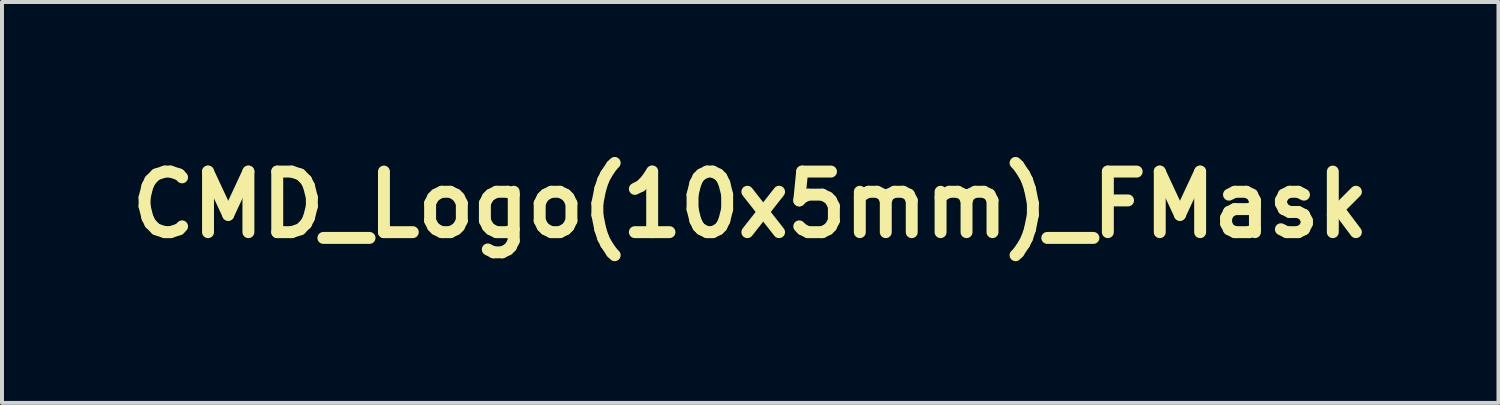
<source format=kicad_pcb>
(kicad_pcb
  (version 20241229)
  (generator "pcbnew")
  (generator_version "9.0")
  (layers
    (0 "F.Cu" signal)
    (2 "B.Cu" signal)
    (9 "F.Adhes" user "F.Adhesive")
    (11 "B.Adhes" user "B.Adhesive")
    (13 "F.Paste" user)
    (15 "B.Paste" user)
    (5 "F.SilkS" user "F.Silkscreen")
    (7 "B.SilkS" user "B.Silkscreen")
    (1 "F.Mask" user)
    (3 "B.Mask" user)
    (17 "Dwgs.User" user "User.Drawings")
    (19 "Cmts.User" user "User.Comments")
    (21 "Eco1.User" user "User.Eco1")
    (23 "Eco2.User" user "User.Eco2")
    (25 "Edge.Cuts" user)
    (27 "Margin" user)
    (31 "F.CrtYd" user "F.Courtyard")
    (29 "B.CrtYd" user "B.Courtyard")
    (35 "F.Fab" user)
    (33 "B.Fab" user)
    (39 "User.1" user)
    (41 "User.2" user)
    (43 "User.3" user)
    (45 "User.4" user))
  (footprint "CMD_Logo(10x5mm)_FMask"
    (layer "F.Cu")
    (at 15.828 2.102)
    (property "Reference" "CMD_Logo(10x5mm)_FMask" (at 0 0 0) (layer "F.SilkS") (effects (font (size 1.524 1.524) (thickness 0.3))))
    (attr through_hole)
    (fp_poly (pts (xy 3.507 -0.276) (xy 3.539 -0.276) (xy 3.567 -0.276) (xy 3.593 -0.276) (xy 3.615 -0.276) (xy 3.634 -0.276) (xy 3.65 -0.276) (xy 3.664 -0.275) (xy 3.675 -0.275) (xy 3.684 -0.275) (xy 3.692 -0.275) (xy 3.698 -0.274) (xy 3.702 -0.274) (xy 3.705 -0.273) (xy 3.708 -0.273) (xy 3.709 -0.272) (xy 3.71 -0.272) (xy 3.711 -0.271) (xy 3.711 -0.271) (xy 3.712 -0.27) (xy 3.713 -0.268) (xy 3.714 -0.266) (xy 3.715 -0.263) (xy 3.715 -0.258) (xy 3.716 -0.251) (xy 3.716 -0.242) (xy 3.716 -0.23) (xy 3.717 -0.215) (xy 3.717 -0.197) (xy 3.717 -0.175) (xy 3.717 -0.149) (xy 3.717 -0.118) (xy 3.717 -0.082) (xy 3.717 -0.058) (xy 3.717 -0.019) (xy 3.717 0.015) (xy 3.717 0.044) (xy 3.717 0.069) (xy 3.717 0.089) (xy 3.716 0.106) (xy 3.716 0.12) (xy 3.716 0.13) (xy 3.715 0.138) (xy 3.715 0.144) (xy 3.714 0.148) (xy 3.714 0.151) (xy 3.713 0.153) (xy 3.712 0.155) (xy 3.711 0.155) (xy 3.711 0.156) (xy 3.71 0.156) (xy 3.708 0.157) (xy 3.706 0.157) (xy 3.703 0.158) (xy 3.7 0.158) (xy 3.694 0.159) (xy 3.687 0.159) (xy 3.679 0.159) (xy 3.668 0.16) (xy 3.655 0.16) (xy 3.64 0.16) (xy 3.622 0.16) (xy 3.601 0.16) (xy 3.578 0.16) (xy 3.55 0.161) (xy 3.52 0.161) (xy 3.485 0.161) (xy 3.446 0.161) (xy 3.404 0.161) (xy 3.356 0.161) (xy 3.304 0.161) (xy 3.248 0.161) (xy 3.186 0.161) (xy 3.118 0.161) (xy 3.024 0.161) (xy 2.96 0.161) (xy 2.902 0.161) (xy 2.848 0.161) (xy 2.799 0.161) (xy 2.755 0.161) (xy 2.715 0.161) (xy 2.679 0.161) (xy 2.647 0.161) (xy 2.618 0.161) (xy 2.593 0.16) (xy 2.571 0.16) (xy 2.552 0.16) (xy 2.536 0.16) (xy 2.522 0.16) (xy 2.511 0.159) (xy 2.502 0.159) (xy 2.494 0.159) (xy 2.489 0.158) (xy 2.484 0.158) (xy 2.481 0.158) (xy 2.479 0.157) (xy 2.477 0.157) (xy 2.476 0.156) (xy 2.475 0.155) (xy 2.475 0.155) (xy 2.474 0.154) (xy 2.473 0.153) (xy 2.472 0.15) (xy 2.472 0.147) (xy 2.471 0.142) (xy 2.471 0.135) (xy 2.47 0.126) (xy 2.47 0.114) (xy 2.47 0.099) (xy 2.47 0.081) (xy 2.47 0.059) (xy 2.469 0.032) (xy 2.469 0.001) (xy 2.469 -0.035) (xy 2.469 -0.057) (xy 2.469 -0.097) (xy 2.47 -0.132) (xy 2.47 -0.162) (xy 2.47 -0.187) (xy 2.47 -0.208) (xy 2.47 -0.225) (xy 2.47 -0.239) (xy 2.471 -0.25) (xy 2.471 -0.258) (xy 2.472 -0.264) (xy 2.473 -0.267) (xy 2.473 -0.269) (xy 2.473 -0.27) (xy 2.474 -0.27) (xy 2.475 -0.271) (xy 2.476 -0.271) (xy 2.478 -0.272) (xy 2.481 -0.272) (xy 2.485 -0.273) (xy 2.491 -0.273) (xy 2.498 -0.273) (xy 2.507 -0.274) (xy 2.518 -0.274) (xy 2.531 -0.274) (xy 2.547 -0.274) (xy 2.566 -0.275) (xy 2.587 -0.275) (xy 2.612 -0.275) (xy 2.64 -0.275) (xy 2.672 -0.275) (xy 2.707 -0.275) (xy 2.747 -0.275) (xy 2.791 -0.275) (xy 2.839 -0.276) (xy 2.892 -0.276) (xy 2.95 -0.276) (xy 3.013 -0.276) (xy 3.082 -0.276) (xy 3.091 -0.276) (xy 3.161 -0.276) (xy 3.225 -0.276) (xy 3.283 -0.276) (xy 3.337 -0.276) (xy 3.386 -0.276) (xy 3.431 -0.276) (xy 3.471 -0.276) (xy 3.507 -0.276)) (stroke (width 0.01) (type solid)) (fill yes) (layer "F.Mask"))
    (fp_poly (pts (xy -2.938 -0.68) (xy -2.904 -0.68) (xy -2.874 -0.68) (xy -2.849 -0.68) (xy -2.828 -0.68) (xy -2.811 -0.68) (xy -2.798 -0.679) (xy -2.787 -0.679) (xy -2.778 -0.679) (xy -2.772 -0.678) (xy -2.768 -0.678) (xy -2.765 -0.677) (xy -2.763 -0.676) (xy -2.762 -0.675) (xy -2.762 -0.675) (xy -2.761 -0.674) (xy -2.76 -0.671) (xy -2.76 -0.668) (xy -2.759 -0.663) (xy -2.759 -0.655) (xy -2.758 -0.646) (xy -2.758 -0.633) (xy -2.758 -0.618) (xy -2.758 -0.598) (xy -2.757 -0.575) (xy -2.757 -0.547) (xy -2.757 -0.514) (xy -2.757 -0.476) (xy -2.757 -0.277) (xy -2.365 -0.277) (xy -2.351 -0.263) (xy -2.351 -0.057) (xy -2.351 -0.018) (xy -2.351 0.016) (xy -2.351 0.044) (xy -2.351 0.069) (xy -2.351 0.089) (xy -2.351 0.106) (xy -2.352 0.119) (xy -2.352 0.13) (xy -2.352 0.138) (xy -2.353 0.144) (xy -2.353 0.148) (xy -2.354 0.151) (xy -2.355 0.153) (xy -2.356 0.154) (xy -2.357 0.155) (xy -2.362 0.161) (xy -2.757 0.161) (xy -2.757 0.358) (xy -2.757 0.391) (xy -2.757 0.422) (xy -2.758 0.451) (xy -2.758 0.478) (xy -2.758 0.501) (xy -2.758 0.521) (xy -2.759 0.538) (xy -2.759 0.549) (xy -2.759 0.556) (xy -2.76 0.558) (xy -2.764 0.561) (xy -2.77 0.564) (xy -2.774 0.565) (xy -2.783 0.565) (xy -2.797 0.566) (xy -2.815 0.566) (xy -2.836 0.566) (xy -2.86 0.567) (xy -2.886 0.567) (xy -2.914 0.567) (xy -2.943 0.567) (xy -2.973 0.567) (xy -3.003 0.567) (xy -3.033 0.567) (xy -3.061 0.567) (xy -3.088 0.567) (xy -3.113 0.567) (xy -3.135 0.566) (xy -3.154 0.566) (xy -3.169 0.565) (xy -3.179 0.565) (xy -3.185 0.565) (xy -3.186 0.564) (xy -3.191 0.56) (xy -3.195 0.554) (xy -3.195 0.55) (xy -3.196 0.54) (xy -3.196 0.525) (xy -3.197 0.506) (xy -3.197 0.481) (xy -3.197 0.452) (xy -3.197 0.419) (xy -3.198 0.382) (xy -3.198 0.354) (xy -3.198 0.161) (xy -3.392 0.161) (xy -3.43 0.161) (xy -3.463 0.161) (xy -3.491 0.161) (xy -3.515 0.161) (xy -3.534 0.16) (xy -3.55 0.16) (xy -3.563 0.16) (xy -3.573 0.159) (xy -3.58 0.159) (xy -3.585 0.158) (xy -3.589 0.158) (xy -3.591 0.157) (xy -3.592 0.156) (xy -3.598 0.152) (xy -3.598 -0.058) (xy -3.598 -0.097) (xy -3.598 -0.132) (xy -3.598 -0.161) (xy -3.598 -0.186) (xy -3.598 -0.207) (xy -3.598 -0.224) (xy -3.598 -0.238) (xy -3.597 -0.248) (xy -3.597 -0.257) (xy -3.596 -0.263) (xy -3.596 -0.267) (xy -3.595 -0.269) (xy -3.594 -0.271) (xy -3.594 -0.271) (xy -3.592 -0.272) (xy -3.588 -0.273) (xy -3.583 -0.273) (xy -3.574 -0.274) (xy -3.563 -0.274) (xy -3.549 -0.275) (xy -3.531 -0.275) (xy -3.509 -0.275) (xy -3.482 -0.275) (xy -3.451 -0.276) (xy -3.415 -0.276) (xy -3.393 -0.276) (xy -3.198 -0.277) (xy -3.197 -0.474) (xy -3.197 -0.513) (xy -3.197 -0.547) (xy -3.196 -0.576) (xy -3.196 -0.6) (xy -3.196 -0.621) (xy -3.195 -0.637) (xy -3.195 -0.65) (xy -3.195 -0.66) (xy -3.194 -0.667) (xy -3.193 -0.672) (xy -3.193 -0.675) (xy -3.192 -0.675) (xy -3.191 -0.676) (xy -3.189 -0.677) (xy -3.186 -0.678) (xy -3.181 -0.678) (xy -3.174 -0.679) (xy -3.165 -0.679) (xy -3.153 -0.679) (xy -3.138 -0.68) (xy -3.12 -0.68) (xy -3.097 -0.68) (xy -3.07 -0.68) (xy -3.039 -0.68) (xy -3.002 -0.68) (xy -2.978 -0.68) (xy -2.938 -0.68)) (stroke (width 0.01) (type solid)) (fill yes) (layer "F.Mask"))
    (fp_poly (pts (xy -1.963 -2.095) (xy -1.958 -2.09) (xy -1.95 -2.082) (xy -1.939 -2.072) (xy -1.924 -2.058) (xy -1.906 -2.04) (xy -1.886 -2.02) (xy -1.861 -1.996) (xy -1.834 -1.969) (xy -1.803 -1.939) (xy -1.769 -1.905) (xy -1.731 -1.867) (xy -1.69 -1.827) (xy -1.646 -1.782) (xy -1.597 -1.734) (xy -1.546 -1.683) (xy -1.49 -1.628) (xy -1.431 -1.569) (xy -1.368 -1.506) (xy -1.302 -1.44) (xy -1.231 -1.37) (xy -1.157 -1.296) (xy -1.079 -1.218) (xy -0.997 -1.136) (xy -0.95 -1.089) (xy 0.058 -0.082) (xy 1.064 -1.088) (xy 1.127 -1.151) (xy 1.19 -1.214) (xy 1.251 -1.275) (xy 1.311 -1.335) (xy 1.369 -1.393) (xy 1.426 -1.45) (xy 1.482 -1.505) (xy 1.536 -1.559) (xy 1.588 -1.611) (xy 1.638 -1.661) (xy 1.686 -1.709) (xy 1.731 -1.754) (xy 1.775 -1.798) (xy 1.816 -1.839) (xy 1.855 -1.877) (xy 1.89 -1.913) (xy 1.923 -1.945) (xy 1.954 -1.975) (xy 1.981 -2.002) (xy 2.005 -2.026) (xy 2.026 -2.047) (xy 2.043 -2.064) (xy 2.057 -2.077) (xy 2.067 -2.087) (xy 2.074 -2.093) (xy 2.076 -2.096) (xy 2.076 -2.096) (xy 2.084 -2.096) (xy 2.09 -2.093) (xy 2.097 -2.088) (xy 2.097 1.972) (xy 2.091 1.977) (xy 2.089 1.977) (xy 2.087 1.978) (xy 2.084 1.978) (xy 2.079 1.979) (xy 2.073 1.979) (xy 2.065 1.979) (xy 2.055 1.98) (xy 2.042 1.98) (xy 2.027 1.98) (xy 2.009 1.98) (xy 1.988 1.981) (xy 1.963 1.981) (xy 1.935 1.981) (xy 1.904 1.981) (xy 1.868 1.981) (xy 1.828 1.981) (xy 1.783 1.981) (xy 1.734 1.981) (xy 1.68 1.981) (xy 1.62 1.981) (xy 1.573 1.981) (xy 1.51 1.981) (xy 1.451 1.981) (xy 1.399 1.981) (xy 1.351 1.981) (xy 1.307 1.981) (xy 1.269 1.981) (xy 1.234 1.981) (xy 1.203 1.981) (xy 1.176 1.981) (xy 1.153 1.981) (xy 1.133 1.98) (xy 1.116 1.98) (xy 1.101 1.98) (xy 1.089 1.98) (xy 1.08 1.979) (xy 1.072 1.979) (xy 1.067 1.979) (xy 1.062 1.978) (xy 1.06 1.978) (xy 1.058 1.977) (xy 1.057 1.977) (xy 1.054 1.972) (xy 1.053 1.969) (xy 1.053 1.966) (xy 1.053 1.957) (xy 1.053 1.944) (xy 1.053 1.925) (xy 1.053 1.806) (xy 1.053 1.765) (xy 1.053 1.722) (xy 1.053 1.675) (xy 1.053 1.625) (xy 1.053 1.572) (xy 1.053 1.516) (xy 1.053 1.458) (xy 1.053 1.397) (xy 1.053 1.335) (xy 1.053 1.27) (xy 1.053 1.205) (xy 1.053 1.177) (xy 1.053 0.388) (xy 0.56 0.881) (xy 0.505 0.936) (xy 0.454 0.986) (xy 0.408 1.033) (xy 0.364 1.076) (xy 0.325 1.116) (xy 0.288 1.152) (xy 0.255 1.185) (xy 0.225 1.215) (xy 0.198 1.242) (xy 0.174 1.266) (xy 0.152 1.287) (xy 0.133 1.306) (xy 0.117 1.322) (xy 0.103 1.335) (xy 0.091 1.347) (xy 0.081 1.356) (xy 0.073 1.363) (xy 0.067 1.369) (xy 0.063 1.372) (xy 0.06 1.374) (xy 0.059 1.374) (xy 0.059 1.374) (xy 0.058 1.374) (xy 0.057 1.374) (xy 0.055 1.373) (xy 0.054 1.372) (xy 0.051 1.369) (xy 0.048 1.367) (xy 0.044 1.363) (xy 0.039 1.358) (xy 0.033 1.353) (xy 0.025 1.346) (xy 0.017 1.337) (xy 0.006 1.327) (xy -0.005 1.316) (xy -0.019 1.303) (xy -0.034 1.288) (xy -0.051 1.271) (xy -0.071 1.252) (xy -0.092 1.23) (xy -0.116 1.207) (xy -0.142 1.18) (xy -0.171 1.152) (xy -0.203 1.12) (xy -0.237 1.086) (xy -0.274 1.049) (xy -0.315 1.009) (xy -0.358 0.965) (xy -0.405 0.919) (xy -0.455 0.869) (xy -0.509 0.815) (xy -0.567 0.758) (xy -0.628 0.696) (xy -0.668 0.656) (xy -0.937 0.388) (xy -0.937 1.18) (xy -0.937 1.259) (xy -0.937 1.333) (xy -0.937 1.401) (xy -0.937 1.465) (xy -0.937 1.523) (xy -0.937 1.577) (xy -0.937 1.626) (xy -0.937 1.672) (xy -0.937 1.713) (xy -0.937 1.75) (xy -0.937 1.783) (xy -0.937 1.813) (xy -0.938 1.84) (xy -0.938 1.863) (xy -0.938 1.884) (xy -0.938 1.902) (xy -0.938 1.917) (xy -0.938 1.93) (xy -0.939 1.941) (xy -0.939 1.95) (xy -0.939 1.958) (xy -0.94 1.964) (xy -0.94 1.968) (xy -0.94 1.971) (xy -0.941 1.973) (xy -0.941 1.975) (xy -0.942 1.976) (xy -0.942 1.977) (xy -0.943 1.977) (xy -0.945 1.978) (xy -0.947 1.978) (xy -0.951 1.979) (xy -0.956 1.979) (xy -0.963 1.979) (xy -0.972 1.98) (xy -0.983 1.98) (xy -0.996 1.98) (xy -1.012 1.98) (xy -1.031 1.981) (xy -1.053 1.981) (xy -1.078 1.981) (xy -1.107 1.981) (xy -1.14 1.981) (xy -1.177 1.981) (xy -1.218 1.981) (xy -1.263 1.981) (xy -1.314 1.981) (xy -1.37 1.981) (xy -1.431 1.981) (xy -1.46 1.981) (xy -1.972 1.981) (xy -1.977 1.975) (xy -1.978 1.975) (xy -1.978 1.974) (xy -1.978 1.973) (xy -1.979 1.972) (xy -1.979 1.97) (xy -1.979 1.967) (xy -1.979 1.963) (xy -1.98 1.959) (xy -1.98 1.953) (xy -1.98 1.946) (xy -1.98 1.938) (xy -1.98 1.929) (xy -1.981 1.918) (xy -1.981 1.905) (xy -1.981 1.89) (xy -1.981 1.874) (xy -1.981 1.855) (xy -1.981 1.835) (xy -1.982 1.812) (xy -1.982 1.786) (xy -1.982 1.758) (xy -1.982 1.728) (xy -1.982 1.694) (xy -1.982 1.658) (xy -1.982 1.619) (xy -1.982 1.576) (xy -1.982 1.531) (xy -1.982 1.482) (xy -1.983 1.429) (xy -1.983 1.373) (xy -1.983 1.313) (xy -1.983 1.249) (xy -1.983 1.181) (xy -1.983 1.109) (xy -1.983 1.033) (xy -1.983 0.952) (xy -1.983 0.867) (xy -1.983 0.778) (xy -1.983 0.683) (xy -1.983 0.584) (xy -1.983 0.48) (xy -1.983 0.371) (xy -1.983 0.256) (xy -1.983 0.136) (xy -1.983 0.011) (xy -1.983 -0.056) (xy -1.984 -2.082) (xy -1.978 -2.09) (xy -1.971 -2.095) (xy -1.965 -2.096) (xy -1.963 -2.095)) (stroke (width 0.01) (type solid)) (fill yes) (layer "F.Mask"))
    (fp_poly (pts (xy 2.892 -2.097) (xy 2.943 -2.097) (xy 2.991 -2.097) (xy 3.036 -2.097) (xy 3.076 -2.096) (xy 3.113 -2.096) (xy 3.146 -2.096) (xy 3.174 -2.095) (xy 3.198 -2.095) (xy 3.216 -2.095) (xy 3.23 -2.094) (xy 3.237 -2.094) (xy 3.339 -2.084) (xy 3.441 -2.069) (xy 3.543 -2.048) (xy 3.643 -2.023) (xy 3.734 -1.995) (xy 3.833 -1.96) (xy 3.928 -1.92) (xy 4.021 -1.876) (xy 4.11 -1.827) (xy 4.198 -1.773) (xy 4.284 -1.714) (xy 4.308 -1.696) (xy 4.345 -1.668) (xy 4.378 -1.642) (xy 4.409 -1.617) (xy 4.438 -1.592) (xy 4.467 -1.566) (xy 4.496 -1.538) (xy 4.514 -1.521) (xy 4.589 -1.444) (xy 4.659 -1.364) (xy 4.725 -1.28) (xy 4.787 -1.194) (xy 4.843 -1.104) (xy 4.895 -1.012) (xy 4.942 -0.918) (xy 4.984 -0.821) (xy 5.021 -0.722) (xy 5.053 -0.621) (xy 5.079 -0.519) (xy 5.1 -0.415) (xy 5.116 -0.31) (xy 5.121 -0.268) (xy 5.124 -0.225) (xy 5.127 -0.179) (xy 5.129 -0.13) (xy 5.13 -0.081) (xy 5.13 -0.031) (xy 5.13 0.017) (xy 5.128 0.062) (xy 5.125 0.104) (xy 5.124 0.12) (xy 5.111 0.228) (xy 5.093 0.334) (xy 5.071 0.436) (xy 5.043 0.537) (xy 5.01 0.635) (xy 4.972 0.732) (xy 4.929 0.827) (xy 4.881 0.92) (xy 4.827 1.012) (xy 4.788 1.074) (xy 4.732 1.154) (xy 4.671 1.232) (xy 4.605 1.308) (xy 4.536 1.381) (xy 4.463 1.451) (xy 4.386 1.517) (xy 4.307 1.579) (xy 4.225 1.637) (xy 4.187 1.662) (xy 4.095 1.717) (xy 4.001 1.767) (xy 3.905 1.812) (xy 3.806 1.852) (xy 3.706 1.887) (xy 3.603 1.916) (xy 3.5 1.94) (xy 3.395 1.958) (xy 3.364 1.963) (xy 3.347 1.965) (xy 3.331 1.967) (xy 3.316 1.969) (xy 3.302 1.971) (xy 3.288 1.972) (xy 3.275 1.973) (xy 3.26 1.974) (xy 3.245 1.975) (xy 3.229 1.976) (xy 3.211 1.977) (xy 3.191 1.978) (xy 3.169 1.978) (xy 3.145 1.979) (xy 3.117 1.979) (xy 3.086 1.979) (xy 3.052 1.98) (xy 3.013 1.98) (xy 2.97 1.98) (xy 2.922 1.98) (xy 2.869 1.98) (xy 2.845 1.98) (xy 2.792 1.981) (xy 2.744 1.981) (xy 2.702 1.981) (xy 2.664 1.981) (xy 2.631 1.981) (xy 2.602 1.981) (xy 2.577 1.981) (xy 2.555 1.981) (xy 2.537 1.981) (xy 2.522 1.981) (xy 2.51 1.98) (xy 2.5 1.98) (xy 2.492 1.98) (xy 2.486 1.979) (xy 2.482 1.979) (xy 2.479 1.978) (xy 2.477 1.978) (xy 2.475 1.977) (xy 2.474 1.976) (xy 2.474 1.976) (xy 2.474 1.975) (xy 2.473 1.974) (xy 2.473 1.972) (xy 2.472 1.968) (xy 2.472 1.964) (xy 2.471 1.957) (xy 2.471 1.949) (xy 2.471 1.939) (xy 2.471 1.927) (xy 2.47 1.912) (xy 2.47 1.894) (xy 2.47 1.874) (xy 2.47 1.85) (xy 2.47 1.822) (xy 2.47 1.791) (xy 2.47 1.756) (xy 2.47 1.717) (xy 2.469 1.673) (xy 2.469 1.624) (xy 2.469 1.571) (xy 2.469 1.512) (xy 2.469 1.46) (xy 2.469 1.396) (xy 2.469 1.337) (xy 2.469 1.284) (xy 2.47 1.236) (xy 2.47 1.192) (xy 2.47 1.153) (xy 2.47 1.118) (xy 2.47 1.087) (xy 2.47 1.059) (xy 2.47 1.036) (xy 2.47 1.015) (xy 2.471 0.998) (xy 2.471 0.984) (xy 2.471 0.972) (xy 2.471 0.963) (xy 2.472 0.955) (xy 2.472 0.95) (xy 2.473 0.947) (xy 2.473 0.945) (xy 2.473 0.944) (xy 2.474 0.943) (xy 2.475 0.942) (xy 2.477 0.942) (xy 2.48 0.941) (xy 2.484 0.941) (xy 2.489 0.94) (xy 2.497 0.94) (xy 2.507 0.939) (xy 2.519 0.939) (xy 2.534 0.939) (xy 2.552 0.938) (xy 2.573 0.938) (xy 2.598 0.938) (xy 2.628 0.938) (xy 2.661 0.937) (xy 2.699 0.937) (xy 2.742 0.937) (xy 2.791 0.937) (xy 2.811 0.937) (xy 2.863 0.936) (xy 2.91 0.936) (xy 2.952 0.936) (xy 2.989 0.936) (xy 3.021 0.935) (xy 3.051 0.935) (xy 3.076 0.935) (xy 3.099 0.934) (xy 3.118 0.934) (xy 3.135 0.933) (xy 3.151 0.933) (xy 3.164 0.932) (xy 3.176 0.931) (xy 3.188 0.93) (xy 3.198 0.929) (xy 3.209 0.928) (xy 3.219 0.927) (xy 3.227 0.926) (xy 3.296 0.914) (xy 3.365 0.897) (xy 3.433 0.874) (xy 3.5 0.847) (xy 3.564 0.815) (xy 3.626 0.778) (xy 3.665 0.752) (xy 3.725 0.706) (xy 3.781 0.656) (xy 3.833 0.603) (xy 3.88 0.546) (xy 3.923 0.486) (xy 3.961 0.423) (xy 3.994 0.356) (xy 4.023 0.287) (xy 4.046 0.216) (xy 4.054 0.187) (xy 4.065 0.141) (xy 4.073 0.098) (xy 4.079 0.054) (xy 4.083 0.009) (xy 4.084 -0.039) (xy 4.084 -0.059) (xy 4.084 -0.096) (xy 4.083 -0.129) (xy 4.08 -0.159) (xy 4.077 -0.189) (xy 4.072 -0.22) (xy 4.067 -0.249) (xy 4.049 -0.324) (xy 4.026 -0.396) (xy 3.999 -0.465) (xy 3.966 -0.531) (xy 3.929 -0.594) (xy 3.887 -0.655) (xy 3.84 -0.712) (xy 3.789 -0.766) (xy 3.733 -0.817) (xy 3.672 -0.865) (xy 3.66 -0.874) (xy 3.601 -0.913) (xy 3.538 -0.947) (xy 3.473 -0.977) (xy 3.406 -1.002) (xy 3.336 -1.022) (xy 3.265 -1.037) (xy 3.192 -1.048) (xy 3.168 -1.05) (xy 3.159 -1.05) (xy 3.145 -1.051) (xy 3.126 -1.051) (xy 3.102 -1.051) (xy 3.073 -1.052) (xy 3.04 -1.052) (xy 3.002 -1.052) (xy 2.961 -1.052) (xy 2.916 -1.053) (xy 2.868 -1.053) (xy 2.817 -1.053) (xy 2.807 -1.053) (xy 2.757 -1.053) (xy 2.712 -1.053) (xy 2.672 -1.053) (xy 2.637 -1.053) (xy 2.607 -1.053) (xy 2.58 -1.053) (xy 2.557 -1.053) (xy 2.538 -1.053) (xy 2.522 -1.054) (xy 2.51 -1.054) (xy 2.499 -1.054) (xy 2.491 -1.055) (xy 2.485 -1.055) (xy 2.481 -1.056) (xy 2.478 -1.056) (xy 2.476 -1.057) (xy 2.476 -1.057) (xy 2.469 -1.061) (xy 2.469 -2.088) (xy 2.476 -2.093) (xy 2.477 -2.093) (xy 2.479 -2.094) (xy 2.483 -2.094) (xy 2.488 -2.095) (xy 2.495 -2.095) (xy 2.504 -2.095) (xy 2.516 -2.096) (xy 2.53 -2.096) (xy 2.547 -2.096) (xy 2.567 -2.096) (xy 2.591 -2.097) (xy 2.619 -2.097) (xy 2.651 -2.097) (xy 2.688 -2.097) (xy 2.729 -2.097) (xy 2.775 -2.097) (xy 2.826 -2.097) (xy 2.839 -2.097) (xy 2.892 -2.097)) (stroke (width 0.01) (type solid)) (fill yes) (layer "F.Mask"))
    (fp_poly (pts (xy -2.668 -2.097) (xy -2.621 -2.097) (xy -2.58 -2.097) (xy -2.542 -2.097) (xy -2.51 -2.097) (xy -2.481 -2.097) (xy -2.457 -2.097) (xy -2.435 -2.096) (xy -2.418 -2.096) (xy -2.403 -2.096) (xy -2.391 -2.096) (xy -2.381 -2.096) (xy -2.374 -2.095) (xy -2.368 -2.095) (xy -2.364 -2.094) (xy -2.361 -2.094) (xy -2.359 -2.093) (xy -2.358 -2.092) (xy -2.357 -2.092) (xy -2.357 -2.091) (xy -2.356 -2.091) (xy -2.355 -2.09) (xy -2.355 -2.088) (xy -2.354 -2.086) (xy -2.354 -2.083) (xy -2.353 -2.078) (xy -2.353 -2.073) (xy -2.353 -2.065) (xy -2.352 -2.056) (xy -2.352 -2.044) (xy -2.352 -2.03) (xy -2.352 -2.013) (xy -2.351 -1.994) (xy -2.351 -1.971) (xy -2.351 -1.945) (xy -2.351 -1.915) (xy -2.351 -1.881) (xy -2.351 -1.843) (xy -2.351 -1.801) (xy -2.351 -1.754) (xy -2.351 -1.702) (xy -2.351 -1.645) (xy -2.351 -1.583) (xy -2.351 -1.576) (xy -2.351 -1.512) (xy -2.351 -1.454) (xy -2.351 -1.401) (xy -2.351 -1.353) (xy -2.351 -1.309) (xy -2.351 -1.27) (xy -2.351 -1.236) (xy -2.351 -1.205) (xy -2.352 -1.178) (xy -2.352 -1.155) (xy -2.352 -1.134) (xy -2.352 -1.117) (xy -2.352 -1.103) (xy -2.353 -1.091) (xy -2.353 -1.081) (xy -2.353 -1.074) (xy -2.354 -1.068) (xy -2.354 -1.064) (xy -2.355 -1.062) (xy -2.355 -1.06) (xy -2.355 -1.06) (xy -2.356 -1.059) (xy -2.357 -1.058) (xy -2.359 -1.057) (xy -2.361 -1.057) (xy -2.365 -1.056) (xy -2.37 -1.056) (xy -2.377 -1.055) (xy -2.386 -1.055) (xy -2.397 -1.055) (xy -2.411 -1.054) (xy -2.428 -1.054) (xy -2.448 -1.054) (xy -2.472 -1.054) (xy -2.5 -1.054) (xy -2.532 -1.053) (xy -2.568 -1.053) (xy -2.609 -1.053) (xy -2.655 -1.053) (xy -2.706 -1.053) (xy -2.712 -1.053) (xy -2.764 -1.052) (xy -2.81 -1.052) (xy -2.852 -1.052) (xy -2.889 -1.052) (xy -2.921 -1.051) (xy -2.95 -1.051) (xy -2.975 -1.051) (xy -2.997 -1.051) (xy -3.015 -1.05) (xy -3.031 -1.05) (xy -3.045 -1.05) (xy -3.056 -1.049) (xy -3.066 -1.049) (xy -3.075 -1.048) (xy -3.082 -1.048) (xy -3.089 -1.047) (xy -3.095 -1.046) (xy -3.102 -1.045) (xy -3.107 -1.045) (xy -3.183 -1.031) (xy -3.256 -1.012) (xy -3.328 -0.989) (xy -3.397 -0.96) (xy -3.463 -0.926) (xy -3.527 -0.886) (xy -3.589 -0.842) (xy -3.6 -0.834) (xy -3.617 -0.819) (xy -3.637 -0.801) (xy -3.659 -0.78) (xy -3.681 -0.758) (xy -3.703 -0.736) (xy -3.723 -0.714) (xy -3.741 -0.694) (xy -3.753 -0.68) (xy -3.797 -0.619) (xy -3.837 -0.556) (xy -3.872 -0.491) (xy -3.901 -0.423) (xy -3.926 -0.352) (xy -3.946 -0.278) (xy -3.96 -0.203) (xy -3.964 -0.176) (xy -3.966 -0.159) (xy -3.967 -0.137) (xy -3.968 -0.112) (xy -3.969 -0.085) (xy -3.969 -0.057) (xy -3.969 -0.03) (xy -3.969 -0.004) (xy -3.968 0.019) (xy -3.966 0.039) (xy -3.966 0.047) (xy -3.954 0.123) (xy -3.937 0.196) (xy -3.915 0.268) (xy -3.888 0.337) (xy -3.856 0.404) (xy -3.82 0.468) (xy -3.778 0.529) (xy -3.748 0.567) (xy -3.734 0.584) (xy -3.717 0.603) (xy -3.698 0.623) (xy -3.678 0.643) (xy -3.659 0.663) (xy -3.641 0.68) (xy -3.626 0.694) (xy -3.624 0.696) (xy -3.603 0.712) (xy -3.58 0.731) (xy -3.555 0.749) (xy -3.53 0.766) (xy -3.508 0.781) (xy -3.508 0.782) (xy -3.494 0.79) (xy -3.476 0.8) (xy -3.455 0.811) (xy -3.433 0.823) (xy -3.411 0.834) (xy -3.389 0.845) (xy -3.37 0.854) (xy -3.357 0.86) (xy -3.291 0.884) (xy -3.222 0.904) (xy -3.15 0.919) (xy -3.074 0.93) (xy -3.061 0.932) (xy -3.052 0.932) (xy -3.038 0.933) (xy -3.018 0.934) (xy -2.993 0.934) (xy -2.962 0.935) (xy -2.926 0.935) (xy -2.884 0.935) (xy -2.837 0.936) (xy -2.785 0.936) (xy -2.727 0.937) (xy -2.696 0.937) (xy -2.362 0.938) (xy -2.356 0.945) (xy -2.356 0.946) (xy -2.355 0.947) (xy -2.354 0.949) (xy -2.354 0.952) (xy -2.354 0.955) (xy -2.353 0.96) (xy -2.353 0.967) (xy -2.352 0.975) (xy -2.352 0.985) (xy -2.352 0.998) (xy -2.352 1.013) (xy -2.352 1.031) (xy -2.351 1.052) (xy -2.351 1.076) (xy -2.351 1.104) (xy -2.351 1.135) (xy -2.351 1.171) (xy -2.351 1.21) (xy -2.351 1.254) (xy -2.351 1.303) (xy -2.351 1.357) (xy -2.351 1.416) (xy -2.351 1.524) (xy -2.351 1.581) (xy -2.351 1.633) (xy -2.351 1.681) (xy -2.351 1.724) (xy -2.351 1.762) (xy -2.351 1.796) (xy -2.351 1.826) (xy -2.351 1.853) (xy -2.351 1.876) (xy -2.352 1.896) (xy -2.352 1.913) (xy -2.352 1.927) (xy -2.352 1.939) (xy -2.352 1.949) (xy -2.353 1.956) (xy -2.353 1.962) (xy -2.354 1.967) (xy -2.354 1.97) (xy -2.355 1.972) (xy -2.355 1.974) (xy -2.356 1.975) (xy -2.356 1.975) (xy -2.357 1.976) (xy -2.357 1.976) (xy -2.359 1.977) (xy -2.36 1.978) (xy -2.363 1.978) (xy -2.367 1.979) (xy -2.372 1.979) (xy -2.379 1.98) (xy -2.389 1.98) (xy -2.4 1.98) (xy -2.414 1.981) (xy -2.432 1.981) (xy -2.452 1.981) (xy -2.476 1.981) (xy -2.505 1.981) (xy -2.537 1.981) (xy -2.574 1.981) (xy -2.615 1.981) (xy -2.662 1.981) (xy -2.697 1.981) (xy -2.741 1.981) (xy -2.783 1.98) (xy -2.824 1.98) (xy -2.862 1.98) (xy -2.898 1.98) (xy -2.932 1.98) (xy -2.962 1.98) (xy -2.989 1.98) (xy -3.011 1.98) (xy -3.03 1.98) (xy -3.044 1.979) (xy -3.052 1.979) (xy -3.055 1.979) (xy -3.159 1.973) (xy -3.263 1.961) (xy -3.366 1.944) (xy -3.469 1.921) (xy -3.57 1.893) (xy -3.669 1.86) (xy -3.767 1.822) (xy -3.863 1.779) (xy -3.956 1.731) (xy -4.046 1.679) (xy -4.111 1.637) (xy -4.191 1.58) (xy -4.266 1.521) (xy -4.338 1.46) (xy -4.408 1.394) (xy -4.475 1.325) (xy -4.541 1.25) (xy -4.553 1.236) (xy -4.611 1.163) (xy -4.666 1.085) (xy -4.718 1.004) (xy -4.767 0.919) (xy -4.812 0.832) (xy -4.852 0.743) (xy -4.889 0.653) (xy -4.908 0.599) (xy -4.94 0.498) (xy -4.966 0.395) (xy -4.986 0.291) (xy -5.002 0.187) (xy -5.012 0.082) (xy -5.016 -0.024) (xy -5.015 -0.129) (xy -5.009 -0.235) (xy -4.997 -0.339) (xy -4.98 -0.444) (xy -4.958 -0.547) (xy -4.93 -0.649) (xy -4.911 -0.708) (xy -4.877 -0.801) (xy -4.84 -0.89) (xy -4.799 -0.977) (xy -4.753 -1.063) (xy -4.701 -1.148) (xy -4.678 -1.184) (xy -4.645 -1.232) (xy -4.613 -1.278) (xy -4.58 -1.321) (xy -4.545 -1.363) (xy -4.509 -1.405) (xy -4.469 -1.448) (xy -4.426 -1.493) (xy -4.424 -1.495) (xy -4.392 -1.528) (xy -4.361 -1.557) (xy -4.331 -1.584) (xy -4.301 -1.611) (xy -4.269 -1.637) (xy -4.235 -1.664) (xy -4.197 -1.693) (xy -4.11 -1.755) (xy -4.022 -1.811) (xy -3.932 -1.862) (xy -3.839 -1.908) (xy -3.744 -1.95) (xy -3.646 -1.986) (xy -3.546 -2.018) (xy -3.442 -2.045) (xy -3.397 -2.056) (xy -3.356 -2.064) (xy -3.311 -2.072) (xy -3.263 -2.079) (xy -3.214 -2.085) (xy -3.166 -2.09) (xy -3.121 -2.094) (xy -3.111 -2.094) (xy -3.097 -2.095) (xy -3.076 -2.095) (xy -3.051 -2.096) (xy -3.021 -2.096) (xy -2.987 -2.096) (xy -2.948 -2.096) (xy -2.905 -2.097) (xy -2.858 -2.097) (xy -2.808 -2.097) (xy -2.754 -2.097) (xy -2.721 -2.097) (xy -2.668 -2.097)) (stroke (width 0.01) (type solid)) (fill yes) (layer "F.Mask")))
  (gr_rect
    (start -3 -3)
    (end 34.656 7.088)
    (stroke (width 0.1) (type default))
    (fill no)
    (layer "Edge.Cuts")))
</source>
